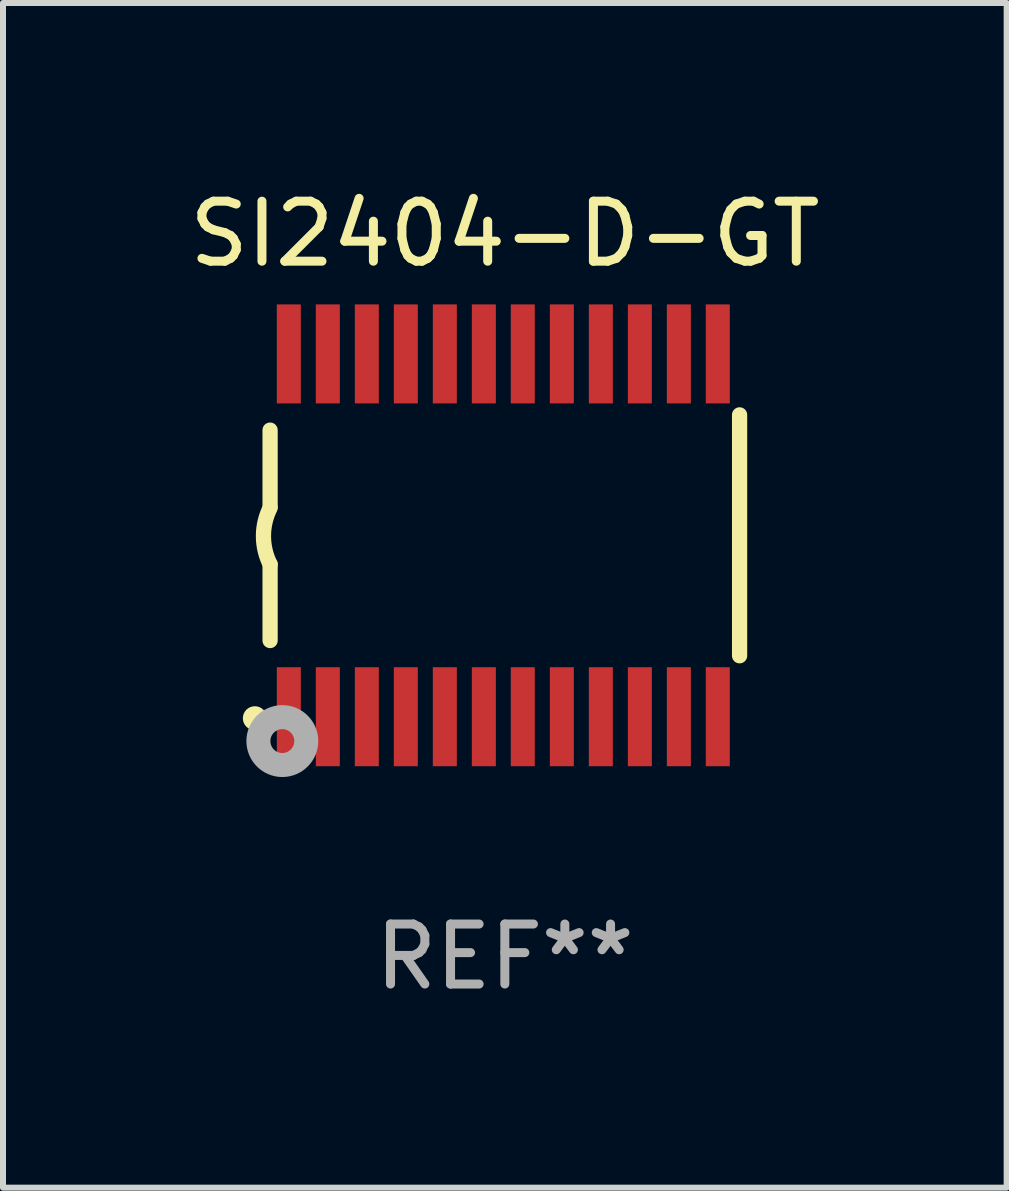
<source format=kicad_pcb>
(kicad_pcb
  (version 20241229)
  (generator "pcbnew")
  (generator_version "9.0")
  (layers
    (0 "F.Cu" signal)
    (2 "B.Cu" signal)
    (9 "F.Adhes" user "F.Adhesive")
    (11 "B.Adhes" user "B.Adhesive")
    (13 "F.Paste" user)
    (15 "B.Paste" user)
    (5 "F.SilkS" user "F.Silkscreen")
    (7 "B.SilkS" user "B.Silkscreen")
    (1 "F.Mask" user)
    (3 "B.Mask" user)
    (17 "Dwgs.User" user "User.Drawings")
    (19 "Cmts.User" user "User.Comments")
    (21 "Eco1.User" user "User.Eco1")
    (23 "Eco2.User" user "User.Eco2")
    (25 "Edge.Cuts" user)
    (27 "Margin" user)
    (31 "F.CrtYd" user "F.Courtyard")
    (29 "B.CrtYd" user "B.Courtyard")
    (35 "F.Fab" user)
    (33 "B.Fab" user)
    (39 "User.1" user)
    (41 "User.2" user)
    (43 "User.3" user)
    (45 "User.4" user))
  (footprint "SI2404-D-GT"
    (layer "F.Cu")
    (at 5.363 5.871)
    (property "Reference" "SI2404-D-GT" (at 0 -5.023 0) (layer "F.SilkS") (effects (font (size 1 1) (thickness 0.15))))
    (attr through_hole)
    (fp_line (start -3.912 -0.483) (end -3.912 -1.753) (stroke (width 0.254) (type solid)) (layer "F.SilkS"))
    (fp_line (start -3.912 1.753) (end -3.912 0.483) (stroke (width 0.254) (type solid)) (layer "F.SilkS"))
    (fp_line (start 3.912 -2.007) (end 3.912 2.007) (stroke (width 0.254) (type solid)) (layer "F.SilkS"))
    (fp_arc (start -3.911608 0.482601) (mid -4.022537 0.0127) (end -3.911608 -0.457201) (stroke (width 0.254001) (type solid)) (layer "F.SilkS"))
    (fp_circle (center -4.166 3.048) (end -4.066 3.048) (stroke (width 0.2) (type solid)) (fill no) (layer "F.SilkS"))
    (fp_circle (center -3.925 3.186) (end -3.895 3.186) (stroke (width 0.06) (type solid)) (fill no) (layer "F.SilkS"))
    (fp_circle (center -3.708 3.429) (end -3.509 3.429) (stroke (width 0.4) (type solid)) (fill no) (layer "F.Fab"))
    (fp_text user "REF**" (at 0 7.023 0) (layer "F.Fab") (effects (font (size 1 1) (thickness 0.15))))
    (pad "1" smd rect (at -3.6 3.023) (size 0.4 1.65) (layers "F.Cu" "F.Mask" "F.Paste"))
    (pad "2" smd rect (at -2.95 3.023) (size 0.4 1.65) (layers "F.Cu" "F.Mask" "F.Paste"))
    (pad "3" smd rect (at -2.3 3.023) (size 0.4 1.65) (layers "F.Cu" "F.Mask" "F.Paste"))
    (pad "4" smd rect (at -1.65 3.023) (size 0.4 1.65) (layers "F.Cu" "F.Mask" "F.Paste"))
    (pad "5" smd rect (at -1 3.023) (size 0.4 1.65) (layers "F.Cu" "F.Mask" "F.Paste"))
    (pad "6" smd rect (at -0.35 3.023) (size 0.4 1.65) (layers "F.Cu" "F.Mask" "F.Paste"))
    (pad "7" smd rect (at 0.299 3.023) (size 0.4 1.65) (layers "F.Cu" "F.Mask" "F.Paste"))
    (pad "8" smd rect (at 0.95 3.023) (size 0.4 1.65) (layers "F.Cu" "F.Mask" "F.Paste"))
    (pad "9" smd rect (at 1.6 3.023) (size 0.4 1.65) (layers "F.Cu" "F.Mask" "F.Paste"))
    (pad "10" smd rect (at 2.25 3.023) (size 0.4 1.65) (layers "F.Cu" "F.Mask" "F.Paste"))
    (pad "11" smd rect (at 2.9 3.023) (size 0.4 1.65) (layers "F.Cu" "F.Mask" "F.Paste"))
    (pad "12" smd rect (at 3.549 3.023) (size 0.4 1.65) (layers "F.Cu" "F.Mask" "F.Paste"))
    (pad "13" smd rect (at 3.549 -3.023) (size 0.4 1.65) (layers "F.Cu" "F.Mask" "F.Paste"))
    (pad "14" smd rect (at 2.9 -3.023) (size 0.4 1.65) (layers "F.Cu" "F.Mask" "F.Paste"))
    (pad "15" smd rect (at 2.25 -3.023) (size 0.4 1.65) (layers "F.Cu" "F.Mask" "F.Paste"))
    (pad "16" smd rect (at 1.6 -3.023) (size 0.4 1.65) (layers "F.Cu" "F.Mask" "F.Paste"))
    (pad "17" smd rect (at 0.95 -3.023) (size 0.4 1.65) (layers "F.Cu" "F.Mask" "F.Paste"))
    (pad "18" smd rect (at 0.299 -3.023) (size 0.4 1.65) (layers "F.Cu" "F.Mask" "F.Paste"))
    (pad "19" smd rect (at -0.35 -3.023) (size 0.4 1.65) (layers "F.Cu" "F.Mask" "F.Paste"))
    (pad "20" smd rect (at -1 -3.023) (size 0.4 1.65) (layers "F.Cu" "F.Mask" "F.Paste"))
    (pad "21" smd rect (at -1.65 -3.023) (size 0.4 1.65) (layers "F.Cu" "F.Mask" "F.Paste"))
    (pad "22" smd rect (at -2.3 -3.023) (size 0.4 1.65) (layers "F.Cu" "F.Mask" "F.Paste"))
    (pad "23" smd rect (at -2.95 -3.023) (size 0.4 1.65) (layers "F.Cu" "F.Mask" "F.Paste"))
    (pad "24" smd rect (at -3.6 -3.023) (size 0.4 1.65) (layers "F.Cu" "F.Mask" "F.Paste")))
  (gr_rect
    (start -3 -3)
    (end 13.726 16.742)
    (stroke (width 0.1) (type default))
    (fill no)
    (layer "Edge.Cuts")))
</source>
